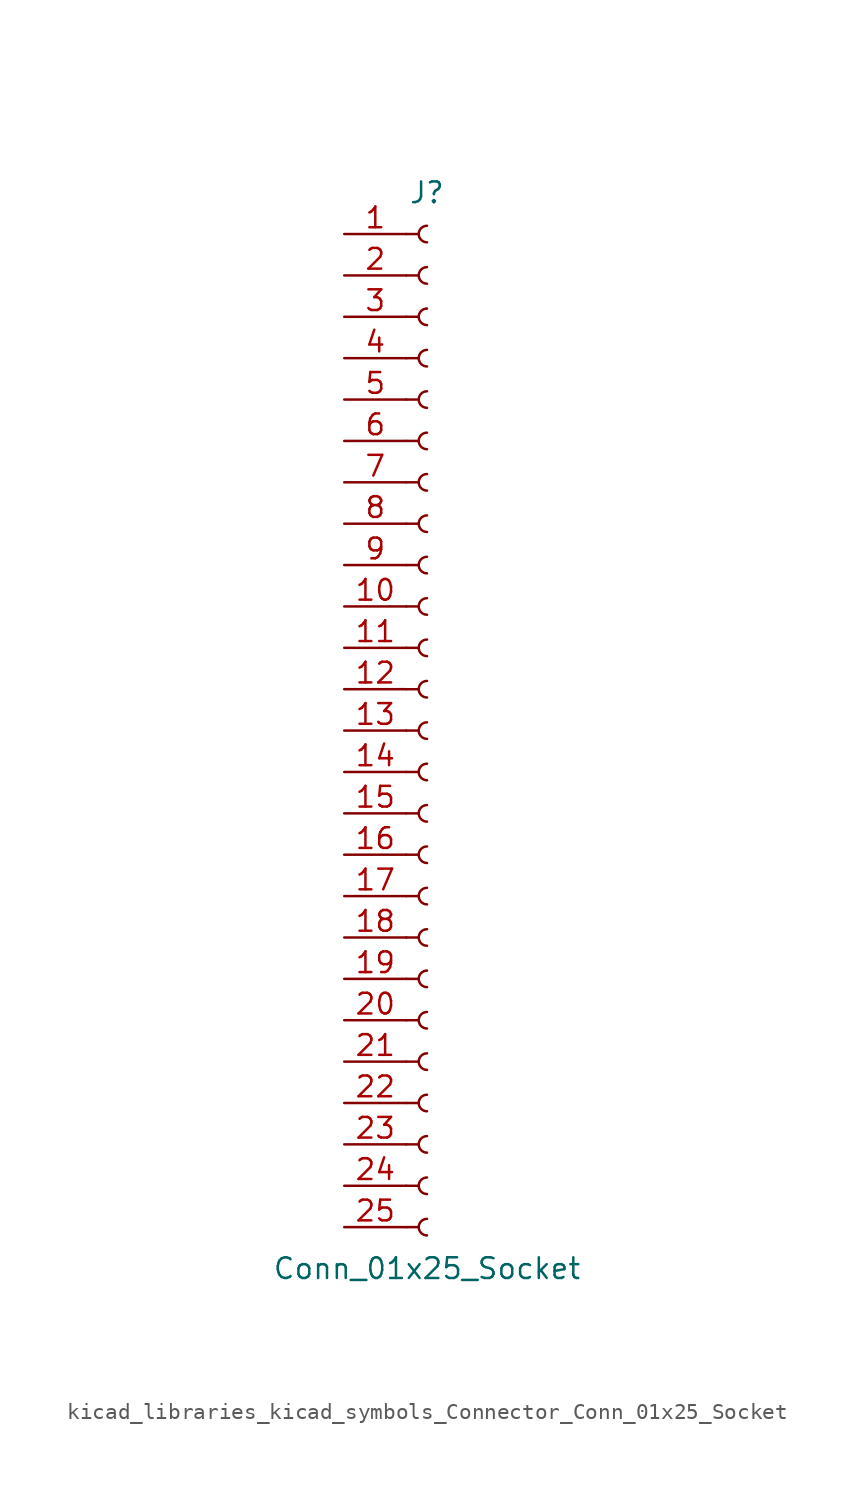
<source format=kicad_sym>
(kicad_symbol_lib
  (version 20220914)
  (generator kicad_symbol_editor)
  (symbol "kicad_libraries_kicad_symbols_Connector_Conn_01x25_Socket"
    (pin_names
      (offset 1.016) hide)
    (property "Reference" "J"
      (at 0 33.02 0)
      (effects (font (size 1.27 1.27))))
    (property "Value" "Conn_01x25_Socket"
      (at 0 -33.02 0)
      (effects (font (size 1.27 1.27))))
    (property "ki_locked" ""
      (at 0 0 0)
      (effects (font (size 1.27 1.27))))
    (symbol "kicad_libraries_kicad_symbols_Connector_Conn_01x25_Socket_1_1"
      (arc (start 0 -29.972) (mid -0.5058 -30.48) (end 0 -30.988) (stroke (width 0.1524) (type default)) (fill (type none)))
      (arc (start 0 -27.432) (mid -0.5058 -27.94) (end 0 -28.448) (stroke (width 0.1524) (type default)) (fill (type none)))
      (arc (start 0 -24.892) (mid -0.5058 -25.4) (end 0 -25.908) (stroke (width 0.1524) (type default)) (fill (type none)))
      (arc (start 0 -22.352) (mid -0.5058 -22.86) (end 0 -23.368) (stroke (width 0.1524) (type default)) (fill (type none)))
      (arc (start 0 -19.812) (mid -0.5058 -20.32) (end 0 -20.828) (stroke (width 0.1524) (type default)) (fill (type none)))
      (arc (start 0 -17.272) (mid -0.5058 -17.78) (end 0 -18.288) (stroke (width 0.1524) (type default)) (fill (type none)))
      (arc (start 0 -14.732) (mid -0.5058 -15.24) (end 0 -15.748) (stroke (width 0.1524) (type default)) (fill (type none)))
      (arc (start 0 -12.192) (mid -0.5058 -12.7) (end 0 -13.208) (stroke (width 0.1524) (type default)) (fill (type none)))
      (arc (start 0 -9.652) (mid -0.5058 -10.16) (end 0 -10.668) (stroke (width 0.1524) (type default)) (fill (type none)))
      (arc (start 0 -7.112) (mid -0.5058 -7.62) (end 0 -8.128) (stroke (width 0.1524) (type default)) (fill (type none)))
      (arc (start 0 -4.572) (mid -0.5058 -5.08) (end 0 -5.588) (stroke (width 0.1524) (type default)) (fill (type none)))
      (arc (start 0 -2.032) (mid -0.5058 -2.54) (end 0 -3.048) (stroke (width 0.1524) (type default)) (fill (type none)))
      (polyline (pts (xy -1.27 -30.48) (xy -0.508 -30.48)) (stroke (width 0.152) (type default)) (fill (type none)))
      (polyline (pts (xy -1.27 -27.94) (xy -0.508 -27.94)) (stroke (width 0.152) (type default)) (fill (type none)))
      (polyline (pts (xy -1.27 -25.4) (xy -0.508 -25.4)) (stroke (width 0.152) (type default)) (fill (type none)))
      (polyline (pts (xy -1.27 -22.86) (xy -0.508 -22.86)) (stroke (width 0.152) (type default)) (fill (type none)))
      (polyline (pts (xy -1.27 -20.32) (xy -0.508 -20.32)) (stroke (width 0.152) (type default)) (fill (type none)))
      (polyline (pts (xy -1.27 -17.78) (xy -0.508 -17.78)) (stroke (width 0.152) (type default)) (fill (type none)))
      (polyline (pts (xy -1.27 -15.24) (xy -0.508 -15.24)) (stroke (width 0.152) (type default)) (fill (type none)))
      (polyline (pts (xy -1.27 -12.7) (xy -0.508 -12.7)) (stroke (width 0.152) (type default)) (fill (type none)))
      (polyline (pts (xy -1.27 -10.16) (xy -0.508 -10.16)) (stroke (width 0.152) (type default)) (fill (type none)))
      (polyline (pts (xy -1.27 -7.62) (xy -0.508 -7.62)) (stroke (width 0.152) (type default)) (fill (type none)))
      (polyline (pts (xy -1.27 -5.08) (xy -0.508 -5.08)) (stroke (width 0.152) (type default)) (fill (type none)))
      (polyline (pts (xy -1.27 -2.54) (xy -0.508 -2.54)) (stroke (width 0.152) (type default)) (fill (type none)))
      (polyline (pts (xy -1.27 0) (xy -0.508 0)) (stroke (width 0.152) (type default)) (fill (type none)))
      (polyline (pts (xy -1.27 2.54) (xy -0.508 2.54)) (stroke (width 0.152) (type default)) (fill (type none)))
      (polyline (pts (xy -1.27 5.08) (xy -0.508 5.08)) (stroke (width 0.152) (type default)) (fill (type none)))
      (polyline (pts (xy -1.27 7.62) (xy -0.508 7.62)) (stroke (width 0.152) (type default)) (fill (type none)))
      (polyline (pts (xy -1.27 10.16) (xy -0.508 10.16)) (stroke (width 0.152) (type default)) (fill (type none)))
      (polyline (pts (xy -1.27 12.7) (xy -0.508 12.7)) (stroke (width 0.152) (type default)) (fill (type none)))
      (polyline (pts (xy -1.27 15.24) (xy -0.508 15.24)) (stroke (width 0.152) (type default)) (fill (type none)))
      (polyline (pts (xy -1.27 17.78) (xy -0.508 17.78)) (stroke (width 0.152) (type default)) (fill (type none)))
      (polyline (pts (xy -1.27 20.32) (xy -0.508 20.32)) (stroke (width 0.152) (type default)) (fill (type none)))
      (polyline (pts (xy -1.27 22.86) (xy -0.508 22.86)) (stroke (width 0.152) (type default)) (fill (type none)))
      (polyline (pts (xy -1.27 25.4) (xy -0.508 25.4)) (stroke (width 0.152) (type default)) (fill (type none)))
      (polyline (pts (xy -1.27 27.94) (xy -0.508 27.94)) (stroke (width 0.152) (type default)) (fill (type none)))
      (polyline (pts (xy -1.27 30.48) (xy -0.508 30.48)) (stroke (width 0.152) (type default)) (fill (type none)))
      (arc (start 0 0.508) (mid -0.5058 0) (end 0 -0.508) (stroke (width 0.1524) (type default)) (fill (type none)))
      (arc (start 0 3.048) (mid -0.5058 2.54) (end 0 2.032) (stroke (width 0.1524) (type default)) (fill (type none)))
      (arc (start 0 5.588) (mid -0.5058 5.08) (end 0 4.572) (stroke (width 0.1524) (type default)) (fill (type none)))
      (arc (start 0 8.128) (mid -0.5058 7.62) (end 0 7.112) (stroke (width 0.1524) (type default)) (fill (type none)))
      (arc (start 0 10.668) (mid -0.5058 10.16) (end 0 9.652) (stroke (width 0.1524) (type default)) (fill (type none)))
      (arc (start 0 13.208) (mid -0.5058 12.7) (end 0 12.192) (stroke (width 0.1524) (type default)) (fill (type none)))
      (arc (start 0 15.748) (mid -0.5058 15.24) (end 0 14.732) (stroke (width 0.1524) (type default)) (fill (type none)))
      (arc (start 0 18.288) (mid -0.5058 17.78) (end 0 17.272) (stroke (width 0.1524) (type default)) (fill (type none)))
      (arc (start 0 20.828) (mid -0.5058 20.32) (end 0 19.812) (stroke (width 0.1524) (type default)) (fill (type none)))
      (arc (start 0 23.368) (mid -0.5058 22.86) (end 0 22.352) (stroke (width 0.1524) (type default)) (fill (type none)))
      (arc (start 0 25.908) (mid -0.5058 25.4) (end 0 24.892) (stroke (width 0.1524) (type default)) (fill (type none)))
      (arc (start 0 28.448) (mid -0.5058 27.94) (end 0 27.432) (stroke (width 0.1524) (type default)) (fill (type none)))
      (arc (start 0 30.988) (mid -0.5058 30.48) (end 0 29.972) (stroke (width 0.1524) (type default)) (fill (type none)))
      (pin passive line (at -5.08 30.48 0) (length 3.81) (name "Pin_1" (effects (font (size 1.27 1.27)))) (number "1" (effects (font (size 1.27 1.27)))))
      (pin passive line (at -5.08 7.62 0) (length 3.81) (name "Pin_10" (effects (font (size 1.27 1.27)))) (number "10" (effects (font (size 1.27 1.27)))))
      (pin passive line (at -5.08 5.08 0) (length 3.81) (name "Pin_11" (effects (font (size 1.27 1.27)))) (number "11" (effects (font (size 1.27 1.27)))))
      (pin passive line (at -5.08 2.54 0) (length 3.81) (name "Pin_12" (effects (font (size 1.27 1.27)))) (number "12" (effects (font (size 1.27 1.27)))))
      (pin passive line (at -5.08 0 0) (length 3.81) (name "Pin_13" (effects (font (size 1.27 1.27)))) (number "13" (effects (font (size 1.27 1.27)))))
      (pin passive line (at -5.08 -2.54 0) (length 3.81) (name "Pin_14" (effects (font (size 1.27 1.27)))) (number "14" (effects (font (size 1.27 1.27)))))
      (pin passive line (at -5.08 -5.08 0) (length 3.81) (name "Pin_15" (effects (font (size 1.27 1.27)))) (number "15" (effects (font (size 1.27 1.27)))))
      (pin passive line (at -5.08 -7.62 0) (length 3.81) (name "Pin_16" (effects (font (size 1.27 1.27)))) (number "16" (effects (font (size 1.27 1.27)))))
      (pin passive line (at -5.08 -10.16 0) (length 3.81) (name "Pin_17" (effects (font (size 1.27 1.27)))) (number "17" (effects (font (size 1.27 1.27)))))
      (pin passive line (at -5.08 -12.7 0) (length 3.81) (name "Pin_18" (effects (font (size 1.27 1.27)))) (number "18" (effects (font (size 1.27 1.27)))))
      (pin passive line (at -5.08 -15.24 0) (length 3.81) (name "Pin_19" (effects (font (size 1.27 1.27)))) (number "19" (effects (font (size 1.27 1.27)))))
      (pin passive line (at -5.08 27.94 0) (length 3.81) (name "Pin_2" (effects (font (size 1.27 1.27)))) (number "2" (effects (font (size 1.27 1.27)))))
      (pin passive line (at -5.08 -17.78 0) (length 3.81) (name "Pin_20" (effects (font (size 1.27 1.27)))) (number "20" (effects (font (size 1.27 1.27)))))
      (pin passive line (at -5.08 -20.32 0) (length 3.81) (name "Pin_21" (effects (font (size 1.27 1.27)))) (number "21" (effects (font (size 1.27 1.27)))))
      (pin passive line (at -5.08 -22.86 0) (length 3.81) (name "Pin_22" (effects (font (size 1.27 1.27)))) (number "22" (effects (font (size 1.27 1.27)))))
      (pin passive line (at -5.08 -25.4 0) (length 3.81) (name "Pin_23" (effects (font (size 1.27 1.27)))) (number "23" (effects (font (size 1.27 1.27)))))
      (pin passive line (at -5.08 -27.94 0) (length 3.81) (name "Pin_24" (effects (font (size 1.27 1.27)))) (number "24" (effects (font (size 1.27 1.27)))))
      (pin passive line (at -5.08 -30.48 0) (length 3.81) (name "Pin_25" (effects (font (size 1.27 1.27)))) (number "25" (effects (font (size 1.27 1.27)))))
      (pin passive line (at -5.08 25.4 0) (length 3.81) (name "Pin_3" (effects (font (size 1.27 1.27)))) (number "3" (effects (font (size 1.27 1.27)))))
      (pin passive line (at -5.08 22.86 0) (length 3.81) (name "Pin_4" (effects (font (size 1.27 1.27)))) (number "4" (effects (font (size 1.27 1.27)))))
      (pin passive line (at -5.08 20.32 0) (length 3.81) (name "Pin_5" (effects (font (size 1.27 1.27)))) (number "5" (effects (font (size 1.27 1.27)))))
      (pin passive line (at -5.08 17.78 0) (length 3.81) (name "Pin_6" (effects (font (size 1.27 1.27)))) (number "6" (effects (font (size 1.27 1.27)))))
      (pin passive line (at -5.08 15.24 0) (length 3.81) (name "Pin_7" (effects (font (size 1.27 1.27)))) (number "7" (effects (font (size 1.27 1.27)))))
      (pin passive line (at -5.08 12.7 0) (length 3.81) (name "Pin_8" (effects (font (size 1.27 1.27)))) (number "8" (effects (font (size 1.27 1.27)))))
      (pin passive line (at -5.08 10.16 0) (length 3.81) (name "Pin_9" (effects (font (size 1.27 1.27)))) (number "9" (effects (font (size 1.27 1.27))))))))
</source>
